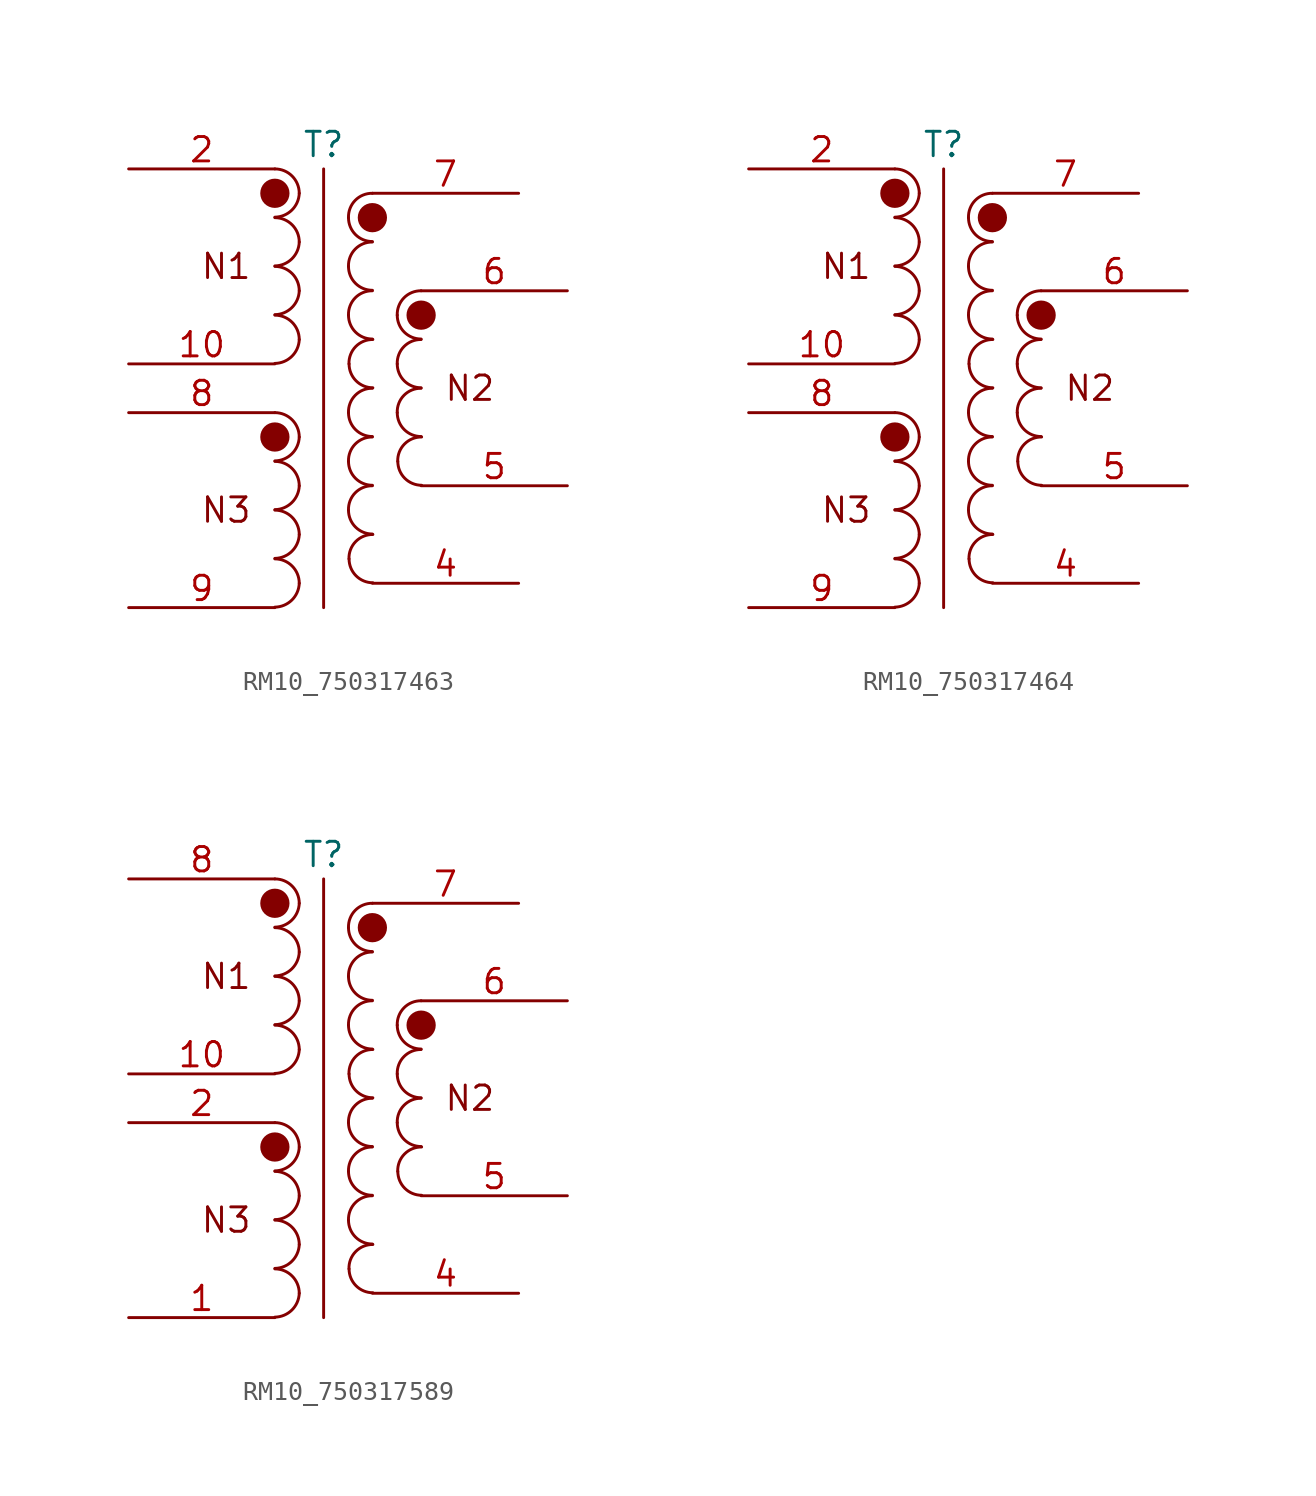
<source format=kicad_sym>
(kicad_symbol_lib
  (version 20220914)
  (generator kicad_symbol_editor)
  (symbol "RM10_750317463"
    (pin_names hide)
    (property "Reference" "T"
      (at 0 12.7 0)
      (effects (font (size 1.27 1.27))))
    (symbol "RM10_750317463_0_1"
      (arc (start -2.54 -11.4046) (mid -1.6561 -11.0363) (end -1.27 -10.16) (stroke (width 0) (type default)) (fill (type none)))
      (arc (start -2.54 -8.8646) (mid -1.6561 -8.4963) (end -1.27 -7.62) (stroke (width 0) (type default)) (fill (type none)))
      (arc (start -2.54 -6.3246) (mid -1.6561 -5.9563) (end -1.27 -5.08) (stroke (width 0) (type default)) (fill (type none)))
      (arc (start -2.54 -3.7846) (mid -1.6561 -3.4163) (end -1.27 -2.54) (stroke (width 0) (type default)) (fill (type none)))
      (arc (start -2.54 1.2954) (mid -1.6561 1.6637) (end -1.27 2.54) (stroke (width 0) (type default)) (fill (type none)))
      (arc (start -2.54 3.8354) (mid -1.6561 4.2037) (end -1.27 5.08) (stroke (width 0) (type default)) (fill (type none)))
      (arc (start -2.54 6.3754) (mid -1.6561 6.7437) (end -1.27 7.62) (stroke (width 0) (type default)) (fill (type none)))
      (arc (start -2.54 8.9154) (mid -1.6561 9.2837) (end -1.27 10.16) (stroke (width 0) (type default)) (fill (type none)))
      (arc (start -1.27 -10.16) (mid -1.642 -9.262) (end -2.54 -8.89) (stroke (width 0) (type default)) (fill (type none)))
      (arc (start -1.27 -7.62) (mid -1.642 -6.722) (end -2.54 -6.35) (stroke (width 0) (type default)) (fill (type none)))
      (arc (start -1.27 -5.08) (mid -1.642 -4.182) (end -2.54 -3.81) (stroke (width 0) (type default)) (fill (type none)))
      (arc (start -1.27 -2.54) (mid -1.642 -1.642) (end -2.54 -1.27) (stroke (width 0) (type default)) (fill (type none)))
      (arc (start -1.27 2.54) (mid -1.642 3.438) (end -2.54 3.81) (stroke (width 0) (type default)) (fill (type none)))
      (arc (start -1.27 5.08) (mid -1.642 5.978) (end -2.54 6.35) (stroke (width 0) (type default)) (fill (type none)))
      (arc (start -1.27 7.62) (mid -1.642 8.518) (end -2.54 8.89) (stroke (width 0) (type default)) (fill (type none)))
      (arc (start -1.27 10.16) (mid -1.642 11.058) (end -2.54 11.43) (stroke (width 0) (type default)) (fill (type none)))
      (polyline (pts (xy 0 11.43) (xy 0 -11.43)) (stroke (width 0) (type default)) (fill (type none)))
      (arc (start 1.2954 -6.35) (mid 1.6599 -7.2301) (end 2.54 -7.5946) (stroke (width 0) (type default)) (fill (type none)))
      (arc (start 1.2954 -3.81) (mid 1.6599 -4.6901) (end 2.54 -5.0546) (stroke (width 0) (type default)) (fill (type none)))
      (arc (start 1.2954 -1.27) (mid 1.6599 -2.1501) (end 2.54 -2.5146) (stroke (width 0) (type default)) (fill (type none)))
      (arc (start 1.2954 3.81) (mid 1.6599 2.9299) (end 2.54 2.5654) (stroke (width 0) (type default)) (fill (type none)))
      (arc (start 1.2954 6.35) (mid 1.6599 5.4699) (end 2.54 5.1054) (stroke (width 0) (type default)) (fill (type none)))
      (arc (start 1.2954 8.89) (mid 1.6599 8.0099) (end 2.54 7.6454) (stroke (width 0) (type default)) (fill (type none)))
      (arc (start 1.3208 -8.89) (mid 1.6853 -9.7703) (end 2.5654 -10.1346) (stroke (width 0) (type default)) (fill (type none)))
      (arc (start 1.3208 1.27) (mid 1.6853 0.3897) (end 2.5654 0.0254) (stroke (width 0) (type default)) (fill (type none)))
      (arc (start 2.54 -5.08) (mid 1.6458 -5.4485) (end 1.2954 -6.35) (stroke (width 0) (type default)) (fill (type none)))
      (arc (start 2.54 -2.54) (mid 1.6458 -2.9085) (end 1.2954 -3.81) (stroke (width 0) (type default)) (fill (type none)))
      (arc (start 2.54 0) (mid 1.6458 -0.3685) (end 1.2954 -1.27) (stroke (width 0) (type default)) (fill (type none)))
      (arc (start 2.54 5.08) (mid 1.6458 4.7115) (end 1.2954 3.81) (stroke (width 0) (type default)) (fill (type none)))
      (arc (start 2.54 7.62) (mid 1.6458 7.2515) (end 1.2954 6.35) (stroke (width 0) (type default)) (fill (type none)))
      (arc (start 2.54 10.16) (mid 1.6458 9.7915) (end 1.2954 8.89) (stroke (width 0) (type default)) (fill (type none)))
      (arc (start 2.5654 -7.62) (mid 1.6709 -7.9883) (end 1.3208 -8.89) (stroke (width 0) (type default)) (fill (type none)))
      (arc (start 2.5654 2.54) (mid 1.6709 2.1717) (end 1.3208 1.27) (stroke (width 0) (type default)) (fill (type none)))
      (arc (start 3.8354 -1.27) (mid 4.1999 -2.1501) (end 5.08 -2.5146) (stroke (width 0) (type default)) (fill (type none)))
      (arc (start 3.8354 1.27) (mid 4.1999 0.3899) (end 5.08 0.0254) (stroke (width 0) (type default)) (fill (type none)))
      (arc (start 3.8354 3.81) (mid 4.1999 2.9299) (end 5.08 2.5654) (stroke (width 0) (type default)) (fill (type none)))
      (arc (start 3.8608 -3.81) (mid 4.2254 -4.6899) (end 5.1054 -5.0546) (stroke (width 0) (type default)) (fill (type none)))
      (arc (start 5.08 0) (mid 4.1858 -0.3685) (end 3.8354 -1.27) (stroke (width 0) (type default)) (fill (type none)))
      (arc (start 5.08 2.54) (mid 4.1858 2.1715) (end 3.8354 1.27) (stroke (width 0) (type default)) (fill (type none)))
      (arc (start 5.08 5.08) (mid 4.1858 4.7115) (end 3.8354 3.81) (stroke (width 0) (type default)) (fill (type none)))
      (arc (start 5.1054 -2.54) (mid 4.2109 -2.9083) (end 3.8608 -3.81) (stroke (width 0) (type default)) (fill (type none))))
    (symbol "RM10_750317463_1_1"
      (circle (center -2.54 -2.54) (radius 0.0001) (stroke (width 0.762) (type default)) (fill (type none)))
      (circle (center -2.54 10.16) (radius 0.0001) (stroke (width 0.762) (type default)) (fill (type none)))
      (circle (center 2.54 8.89) (radius 0.0001) (stroke (width 0.762) (type default)) (fill (type none)))
      (circle (center 5.08 3.81) (radius 0.0001) (stroke (width 0.762) (type default)) (fill (type none)))
      (text "N1" (at -5.08 6.35 0) (effects (font (size 1.27 1.27))))
      (text "N2" (at 7.62 0 0) (effects (font (size 1.27 1.27))))
      (text "N3" (at -5.08 -6.35 0) (effects (font (size 1.27 1.27))))
      (pin passive line (at -10.16 1.27 0) (length 7.62) (name "10" (effects (font (size 1.27 1.27)))) (number "10" (effects (font (size 1.27 1.27)))))
      (pin passive line (at -10.16 11.43 0) (length 7.62) (name "2" (effects (font (size 1.27 1.27)))) (number "2" (effects (font (size 1.27 1.27)))))
      (pin passive line (at 10.16 -10.16 180) (length 7.62) (name "4" (effects (font (size 1.27 1.27)))) (number "4" (effects (font (size 1.27 1.27)))))
      (pin passive line (at 12.7 -5.08 180) (length 7.62) (name "5" (effects (font (size 1.27 1.27)))) (number "5" (effects (font (size 1.27 1.27)))))
      (pin passive line (at 12.7 5.08 180) (length 7.62) (name "6" (effects (font (size 1.27 1.27)))) (number "6" (effects (font (size 1.27 1.27)))))
      (pin passive line (at 10.16 10.16 180) (length 7.62) (name "7" (effects (font (size 1.27 1.27)))) (number "7" (effects (font (size 1.27 1.27)))))
      (pin passive line (at -10.16 -1.27 0) (length 7.62) (name "8" (effects (font (size 1.27 1.27)))) (number "8" (effects (font (size 1.27 1.27)))))
      (pin passive line (at -10.16 -11.43 0) (length 7.62) (name "9" (effects (font (size 1.27 1.27)))) (number "9" (effects (font (size 1.27 1.27)))))))
  (symbol "RM10_750317464"
    (pin_names hide)
    (property "Reference" "T"
      (at 0 12.7 0)
      (effects (font (size 1.27 1.27))))
    (symbol "RM10_750317464_0_1"
      (arc (start -2.54 -11.4046) (mid -1.6561 -11.0363) (end -1.27 -10.16) (stroke (width 0) (type default)) (fill (type none)))
      (arc (start -2.54 -8.8646) (mid -1.6561 -8.4963) (end -1.27 -7.62) (stroke (width 0) (type default)) (fill (type none)))
      (arc (start -2.54 -6.3246) (mid -1.6561 -5.9563) (end -1.27 -5.08) (stroke (width 0) (type default)) (fill (type none)))
      (arc (start -2.54 -3.7846) (mid -1.6561 -3.4163) (end -1.27 -2.54) (stroke (width 0) (type default)) (fill (type none)))
      (arc (start -2.54 1.2954) (mid -1.6561 1.6637) (end -1.27 2.54) (stroke (width 0) (type default)) (fill (type none)))
      (arc (start -2.54 3.8354) (mid -1.6561 4.2037) (end -1.27 5.08) (stroke (width 0) (type default)) (fill (type none)))
      (arc (start -2.54 6.3754) (mid -1.6561 6.7437) (end -1.27 7.62) (stroke (width 0) (type default)) (fill (type none)))
      (arc (start -2.54 8.9154) (mid -1.6561 9.2837) (end -1.27 10.16) (stroke (width 0) (type default)) (fill (type none)))
      (arc (start -1.27 -10.16) (mid -1.642 -9.262) (end -2.54 -8.89) (stroke (width 0) (type default)) (fill (type none)))
      (arc (start -1.27 -7.62) (mid -1.642 -6.722) (end -2.54 -6.35) (stroke (width 0) (type default)) (fill (type none)))
      (arc (start -1.27 -5.08) (mid -1.642 -4.182) (end -2.54 -3.81) (stroke (width 0) (type default)) (fill (type none)))
      (arc (start -1.27 -2.54) (mid -1.642 -1.642) (end -2.54 -1.27) (stroke (width 0) (type default)) (fill (type none)))
      (arc (start -1.27 2.54) (mid -1.642 3.438) (end -2.54 3.81) (stroke (width 0) (type default)) (fill (type none)))
      (arc (start -1.27 5.08) (mid -1.642 5.978) (end -2.54 6.35) (stroke (width 0) (type default)) (fill (type none)))
      (arc (start -1.27 7.62) (mid -1.642 8.518) (end -2.54 8.89) (stroke (width 0) (type default)) (fill (type none)))
      (arc (start -1.27 10.16) (mid -1.642 11.058) (end -2.54 11.43) (stroke (width 0) (type default)) (fill (type none)))
      (polyline (pts (xy 0 11.43) (xy 0 -11.43)) (stroke (width 0) (type default)) (fill (type none)))
      (arc (start 1.2954 -6.35) (mid 1.6599 -7.2301) (end 2.54 -7.5946) (stroke (width 0) (type default)) (fill (type none)))
      (arc (start 1.2954 -3.81) (mid 1.6599 -4.6901) (end 2.54 -5.0546) (stroke (width 0) (type default)) (fill (type none)))
      (arc (start 1.2954 -1.27) (mid 1.6599 -2.1501) (end 2.54 -2.5146) (stroke (width 0) (type default)) (fill (type none)))
      (arc (start 1.2954 3.81) (mid 1.6599 2.9299) (end 2.54 2.5654) (stroke (width 0) (type default)) (fill (type none)))
      (arc (start 1.2954 6.35) (mid 1.6599 5.4699) (end 2.54 5.1054) (stroke (width 0) (type default)) (fill (type none)))
      (arc (start 1.2954 8.89) (mid 1.6599 8.0099) (end 2.54 7.6454) (stroke (width 0) (type default)) (fill (type none)))
      (arc (start 1.3208 -8.89) (mid 1.6853 -9.7703) (end 2.5654 -10.1346) (stroke (width 0) (type default)) (fill (type none)))
      (arc (start 1.3208 1.27) (mid 1.6853 0.3897) (end 2.5654 0.0254) (stroke (width 0) (type default)) (fill (type none)))
      (arc (start 2.54 -5.08) (mid 1.6458 -5.4485) (end 1.2954 -6.35) (stroke (width 0) (type default)) (fill (type none)))
      (arc (start 2.54 -2.54) (mid 1.6458 -2.9085) (end 1.2954 -3.81) (stroke (width 0) (type default)) (fill (type none)))
      (arc (start 2.54 0) (mid 1.6458 -0.3685) (end 1.2954 -1.27) (stroke (width 0) (type default)) (fill (type none)))
      (arc (start 2.54 5.08) (mid 1.6458 4.7115) (end 1.2954 3.81) (stroke (width 0) (type default)) (fill (type none)))
      (arc (start 2.54 7.62) (mid 1.6458 7.2515) (end 1.2954 6.35) (stroke (width 0) (type default)) (fill (type none)))
      (arc (start 2.54 10.16) (mid 1.6458 9.7915) (end 1.2954 8.89) (stroke (width 0) (type default)) (fill (type none)))
      (arc (start 2.5654 -7.62) (mid 1.6709 -7.9883) (end 1.3208 -8.89) (stroke (width 0) (type default)) (fill (type none)))
      (arc (start 2.5654 2.54) (mid 1.6709 2.1717) (end 1.3208 1.27) (stroke (width 0) (type default)) (fill (type none)))
      (arc (start 3.8354 -1.27) (mid 4.1999 -2.1501) (end 5.08 -2.5146) (stroke (width 0) (type default)) (fill (type none)))
      (arc (start 3.8354 1.27) (mid 4.1999 0.3899) (end 5.08 0.0254) (stroke (width 0) (type default)) (fill (type none)))
      (arc (start 3.8354 3.81) (mid 4.1999 2.9299) (end 5.08 2.5654) (stroke (width 0) (type default)) (fill (type none)))
      (arc (start 3.8608 -3.81) (mid 4.2254 -4.6899) (end 5.1054 -5.0546) (stroke (width 0) (type default)) (fill (type none)))
      (arc (start 5.08 0) (mid 4.1858 -0.3685) (end 3.8354 -1.27) (stroke (width 0) (type default)) (fill (type none)))
      (arc (start 5.08 2.54) (mid 4.1858 2.1715) (end 3.8354 1.27) (stroke (width 0) (type default)) (fill (type none)))
      (arc (start 5.08 5.08) (mid 4.1858 4.7115) (end 3.8354 3.81) (stroke (width 0) (type default)) (fill (type none)))
      (arc (start 5.1054 -2.54) (mid 4.2109 -2.9083) (end 3.8608 -3.81) (stroke (width 0) (type default)) (fill (type none))))
    (symbol "RM10_750317464_1_1"
      (circle (center -2.54 -2.54) (radius 0.0001) (stroke (width 0.762) (type default)) (fill (type none)))
      (circle (center -2.54 10.16) (radius 0.0001) (stroke (width 0.762) (type default)) (fill (type none)))
      (circle (center 2.54 8.89) (radius 0.0001) (stroke (width 0.762) (type default)) (fill (type none)))
      (circle (center 5.08 3.81) (radius 0.0001) (stroke (width 0.762) (type default)) (fill (type none)))
      (text "N1" (at -5.08 6.35 0) (effects (font (size 1.27 1.27))))
      (text "N2" (at 7.62 0 0) (effects (font (size 1.27 1.27))))
      (text "N3" (at -5.08 -6.35 0) (effects (font (size 1.27 1.27))))
      (pin passive line (at -10.16 1.27 0) (length 7.62) (name "10" (effects (font (size 1.27 1.27)))) (number "10" (effects (font (size 1.27 1.27)))))
      (pin passive line (at -10.16 11.43 0) (length 7.62) (name "2" (effects (font (size 1.27 1.27)))) (number "2" (effects (font (size 1.27 1.27)))))
      (pin passive line (at 10.16 -10.16 180) (length 7.62) (name "4" (effects (font (size 1.27 1.27)))) (number "4" (effects (font (size 1.27 1.27)))))
      (pin passive line (at 12.7 -5.08 180) (length 7.62) (name "5" (effects (font (size 1.27 1.27)))) (number "5" (effects (font (size 1.27 1.27)))))
      (pin passive line (at 12.7 5.08 180) (length 7.62) (name "6" (effects (font (size 1.27 1.27)))) (number "6" (effects (font (size 1.27 1.27)))))
      (pin passive line (at 10.16 10.16 180) (length 7.62) (name "7" (effects (font (size 1.27 1.27)))) (number "7" (effects (font (size 1.27 1.27)))))
      (pin passive line (at -10.16 -1.27 0) (length 7.62) (name "8" (effects (font (size 1.27 1.27)))) (number "8" (effects (font (size 1.27 1.27)))))
      (pin passive line (at -10.16 -11.43 0) (length 7.62) (name "9" (effects (font (size 1.27 1.27)))) (number "9" (effects (font (size 1.27 1.27)))))))
  (symbol "RM10_750317589"
    (pin_names hide)
    (property "Reference" "T"
      (at 0 12.7 0)
      (effects (font (size 1.27 1.27))))
    (symbol "RM10_750317589_0_1"
      (arc (start -2.54 -11.4046) (mid -1.6561 -11.0363) (end -1.27 -10.16) (stroke (width 0) (type default)) (fill (type none)))
      (arc (start -2.54 -8.8646) (mid -1.6561 -8.4963) (end -1.27 -7.62) (stroke (width 0) (type default)) (fill (type none)))
      (arc (start -2.54 -6.3246) (mid -1.6561 -5.9563) (end -1.27 -5.08) (stroke (width 0) (type default)) (fill (type none)))
      (arc (start -2.54 -3.7846) (mid -1.6561 -3.4163) (end -1.27 -2.54) (stroke (width 0) (type default)) (fill (type none)))
      (arc (start -2.54 1.2954) (mid -1.6561 1.6637) (end -1.27 2.54) (stroke (width 0) (type default)) (fill (type none)))
      (arc (start -2.54 3.8354) (mid -1.6561 4.2037) (end -1.27 5.08) (stroke (width 0) (type default)) (fill (type none)))
      (arc (start -2.54 6.3754) (mid -1.6561 6.7437) (end -1.27 7.62) (stroke (width 0) (type default)) (fill (type none)))
      (arc (start -2.54 8.9154) (mid -1.6561 9.2837) (end -1.27 10.16) (stroke (width 0) (type default)) (fill (type none)))
      (arc (start -1.27 -10.16) (mid -1.642 -9.262) (end -2.54 -8.89) (stroke (width 0) (type default)) (fill (type none)))
      (arc (start -1.27 -7.62) (mid -1.642 -6.722) (end -2.54 -6.35) (stroke (width 0) (type default)) (fill (type none)))
      (arc (start -1.27 -5.08) (mid -1.642 -4.182) (end -2.54 -3.81) (stroke (width 0) (type default)) (fill (type none)))
      (arc (start -1.27 -2.54) (mid -1.642 -1.642) (end -2.54 -1.27) (stroke (width 0) (type default)) (fill (type none)))
      (arc (start -1.27 2.54) (mid -1.642 3.438) (end -2.54 3.81) (stroke (width 0) (type default)) (fill (type none)))
      (arc (start -1.27 5.08) (mid -1.642 5.978) (end -2.54 6.35) (stroke (width 0) (type default)) (fill (type none)))
      (arc (start -1.27 7.62) (mid -1.642 8.518) (end -2.54 8.89) (stroke (width 0) (type default)) (fill (type none)))
      (arc (start -1.27 10.16) (mid -1.642 11.058) (end -2.54 11.43) (stroke (width 0) (type default)) (fill (type none)))
      (polyline (pts (xy 0 11.43) (xy 0 -11.43)) (stroke (width 0) (type default)) (fill (type none)))
      (arc (start 1.2954 -6.35) (mid 1.6599 -7.2301) (end 2.54 -7.5946) (stroke (width 0) (type default)) (fill (type none)))
      (arc (start 1.2954 -3.81) (mid 1.6599 -4.6901) (end 2.54 -5.0546) (stroke (width 0) (type default)) (fill (type none)))
      (arc (start 1.2954 -1.27) (mid 1.6599 -2.1501) (end 2.54 -2.5146) (stroke (width 0) (type default)) (fill (type none)))
      (arc (start 1.2954 3.81) (mid 1.6599 2.9299) (end 2.54 2.5654) (stroke (width 0) (type default)) (fill (type none)))
      (arc (start 1.2954 6.35) (mid 1.6599 5.4699) (end 2.54 5.1054) (stroke (width 0) (type default)) (fill (type none)))
      (arc (start 1.2954 8.89) (mid 1.6599 8.0099) (end 2.54 7.6454) (stroke (width 0) (type default)) (fill (type none)))
      (arc (start 1.3208 -8.89) (mid 1.6853 -9.7703) (end 2.5654 -10.1346) (stroke (width 0) (type default)) (fill (type none)))
      (arc (start 1.3208 1.27) (mid 1.6853 0.3897) (end 2.5654 0.0254) (stroke (width 0) (type default)) (fill (type none)))
      (arc (start 2.54 -5.08) (mid 1.6458 -5.4485) (end 1.2954 -6.35) (stroke (width 0) (type default)) (fill (type none)))
      (arc (start 2.54 -2.54) (mid 1.6458 -2.9085) (end 1.2954 -3.81) (stroke (width 0) (type default)) (fill (type none)))
      (arc (start 2.54 0) (mid 1.6458 -0.3685) (end 1.2954 -1.27) (stroke (width 0) (type default)) (fill (type none)))
      (arc (start 2.54 5.08) (mid 1.6458 4.7115) (end 1.2954 3.81) (stroke (width 0) (type default)) (fill (type none)))
      (arc (start 2.54 7.62) (mid 1.6458 7.2515) (end 1.2954 6.35) (stroke (width 0) (type default)) (fill (type none)))
      (arc (start 2.54 10.16) (mid 1.6458 9.7915) (end 1.2954 8.89) (stroke (width 0) (type default)) (fill (type none)))
      (arc (start 2.5654 -7.62) (mid 1.6709 -7.9883) (end 1.3208 -8.89) (stroke (width 0) (type default)) (fill (type none)))
      (arc (start 2.5654 2.54) (mid 1.6709 2.1717) (end 1.3208 1.27) (stroke (width 0) (type default)) (fill (type none)))
      (arc (start 3.8354 -1.27) (mid 4.1999 -2.1501) (end 5.08 -2.5146) (stroke (width 0) (type default)) (fill (type none)))
      (arc (start 3.8354 1.27) (mid 4.1999 0.3899) (end 5.08 0.0254) (stroke (width 0) (type default)) (fill (type none)))
      (arc (start 3.8354 3.81) (mid 4.1999 2.9299) (end 5.08 2.5654) (stroke (width 0) (type default)) (fill (type none)))
      (arc (start 3.8608 -3.81) (mid 4.2254 -4.6899) (end 5.1054 -5.0546) (stroke (width 0) (type default)) (fill (type none)))
      (arc (start 5.08 0) (mid 4.1858 -0.3685) (end 3.8354 -1.27) (stroke (width 0) (type default)) (fill (type none)))
      (arc (start 5.08 2.54) (mid 4.1858 2.1715) (end 3.8354 1.27) (stroke (width 0) (type default)) (fill (type none)))
      (arc (start 5.08 5.08) (mid 4.1858 4.7115) (end 3.8354 3.81) (stroke (width 0) (type default)) (fill (type none)))
      (arc (start 5.1054 -2.54) (mid 4.2109 -2.9083) (end 3.8608 -3.81) (stroke (width 0) (type default)) (fill (type none))))
    (symbol "RM10_750317589_1_1"
      (circle (center -2.54 -2.54) (radius 0.0001) (stroke (width 0.762) (type default)) (fill (type none)))
      (circle (center -2.54 10.16) (radius 0.0001) (stroke (width 0.762) (type default)) (fill (type none)))
      (circle (center 2.54 8.89) (radius 0.0001) (stroke (width 0.762) (type default)) (fill (type none)))
      (circle (center 5.08 3.81) (radius 0.0001) (stroke (width 0.762) (type default)) (fill (type none)))
      (text "N1" (at -5.08 6.35 0) (effects (font (size 1.27 1.27))))
      (text "N2" (at 7.62 0 0) (effects (font (size 1.27 1.27))))
      (text "N3" (at -5.08 -6.35 0) (effects (font (size 1.27 1.27))))
      (pin passive line (at -10.16 -11.43 0) (length 7.62) (name "1" (effects (font (size 1.27 1.27)))) (number "1" (effects (font (size 1.27 1.27)))))
      (pin passive line (at -10.16 1.27 0) (length 7.62) (name "10" (effects (font (size 1.27 1.27)))) (number "10" (effects (font (size 1.27 1.27)))))
      (pin passive line (at -10.16 -1.27 0) (length 7.62) (name "2" (effects (font (size 1.27 1.27)))) (number "2" (effects (font (size 1.27 1.27)))))
      (pin passive line (at 10.16 -10.16 180) (length 7.62) (name "4" (effects (font (size 1.27 1.27)))) (number "4" (effects (font (size 1.27 1.27)))))
      (pin passive line (at 12.7 -5.08 180) (length 7.62) (name "5" (effects (font (size 1.27 1.27)))) (number "5" (effects (font (size 1.27 1.27)))))
      (pin passive line (at 12.7 5.08 180) (length 7.62) (name "6" (effects (font (size 1.27 1.27)))) (number "6" (effects (font (size 1.27 1.27)))))
      (pin passive line (at 10.16 10.16 180) (length 7.62) (name "7" (effects (font (size 1.27 1.27)))) (number "7" (effects (font (size 1.27 1.27)))))
      (pin passive line (at -10.16 11.43 0) (length 7.62) (name "8" (effects (font (size 1.27 1.27)))) (number "8" (effects (font (size 1.27 1.27))))))))
</source>
